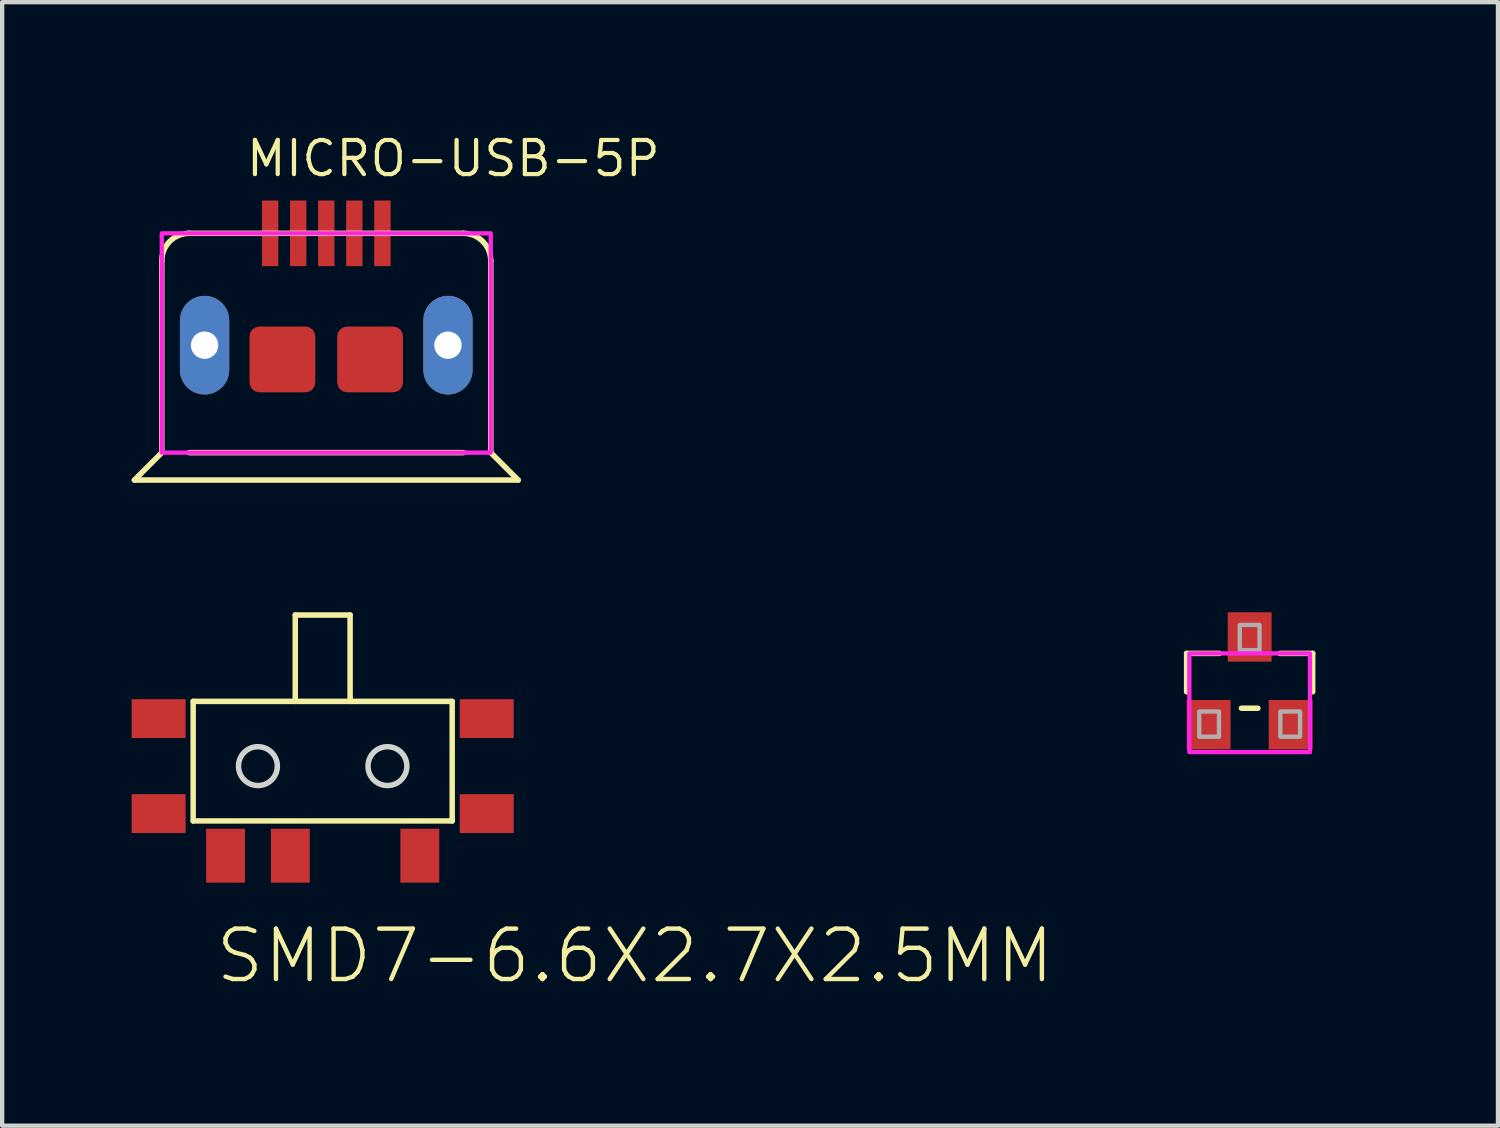
<source format=kicad_pcb>
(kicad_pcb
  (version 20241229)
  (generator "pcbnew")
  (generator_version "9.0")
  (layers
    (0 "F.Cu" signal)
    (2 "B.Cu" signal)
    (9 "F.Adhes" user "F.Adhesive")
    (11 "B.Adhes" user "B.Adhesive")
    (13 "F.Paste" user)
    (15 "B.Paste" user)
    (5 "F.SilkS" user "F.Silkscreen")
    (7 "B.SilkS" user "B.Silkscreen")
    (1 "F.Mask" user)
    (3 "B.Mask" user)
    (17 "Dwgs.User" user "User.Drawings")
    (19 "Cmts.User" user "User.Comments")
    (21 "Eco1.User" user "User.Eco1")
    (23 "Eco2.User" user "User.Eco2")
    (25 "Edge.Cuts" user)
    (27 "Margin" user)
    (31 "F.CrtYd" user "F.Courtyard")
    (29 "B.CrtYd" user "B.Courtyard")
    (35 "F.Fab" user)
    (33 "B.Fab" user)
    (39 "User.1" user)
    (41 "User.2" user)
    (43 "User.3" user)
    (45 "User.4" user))
  (footprint "MICRO-USB-5P"
    (layer "F.Cu")
    (at 4.508 2.355)
    (property "Reference" "MICRO-USB-5P" (at -1.905 -1.27 0) (layer "F.SilkS") (effects (font (size 0.791 0.791) (thickness 0.098)) (justify left bottom)))
    (fp_line (start -4.445 5.715) (end 4.445 5.715) (stroke (width 0.127) (type solid)) (layer "F.SilkS"))
    (fp_line (start -3.81 5.08) (end -4.445 5.715) (stroke (width 0.127) (type solid)) (layer "F.SilkS"))
    (fp_line (start -3.81 5.08) (end -3.81 0.635) (stroke (width 0.127) (type solid)) (layer "F.SilkS"))
    (fp_line (start -3.175 0) (end 3.175 0) (stroke (width 0.127) (type solid)) (layer "F.SilkS"))
    (fp_line (start -3.175 5.08) (end 3.175 5.08) (stroke (width 0.127) (type solid)) (layer "F.SilkS"))
    (fp_line (start 3.81 0.635) (end 3.81 5.08) (stroke (width 0.127) (type solid)) (layer "F.SilkS"))
    (fp_line (start 4.445 5.715) (end 3.81 5.08) (stroke (width 0.127) (type solid)) (layer "F.SilkS"))
    (fp_arc (start -3.81 0.635) (mid -3.624013 0.185987) (end -3.175 0) (stroke (width 0.127) (type solid)) (layer "F.SilkS"))
    (fp_arc (start 3.175 0) (mid 3.624013 0.185987) (end 3.81 0.635) (stroke (width 0.127) (type solid)) (layer "F.SilkS"))
    (fp_poly (pts (xy -3.81 5.08) (xy 3.81 5.08) (xy 3.81 0) (xy -3.81 0)) (stroke (width 0.1) (type solid)) (fill no) (layer "F.CrtYd"))
    (pad "1" smd rect (at -1.3 0 90) (size 1.52 0.38) (layers "F.Cu" "F.Mask" "F.Paste"))
    (pad "2" smd rect (at -0.65 0 90) (size 1.52 0.38) (layers "F.Cu" "F.Mask" "F.Paste"))
    (pad "3" smd rect (at 0 0 90) (size 1.52 0.38) (layers "F.Cu" "F.Mask" "F.Paste"))
    (pad "4" smd rect (at 0.65 0 90) (size 1.52 0.38) (layers "F.Cu" "F.Mask" "F.Paste"))
    (pad "5" smd rect (at 1.3 0 90) (size 1.52 0.38) (layers "F.Cu" "F.Mask" "F.Paste"))
    (pad "E1" smd roundrect (at -1.016 2.921) (size 1.524 1.524) (layers "F.Cu" "F.Mask" "F.Paste") (roundrect_rratio 0.15))
    (pad "E2" smd roundrect (at 1.016 2.921) (size 1.524 1.524) (layers "F.Cu" "F.Mask" "F.Paste") (roundrect_rratio 0.15))
    (pad "P1" thru_hole oval (at -2.819 2.591 90) (size 2.286 1.143) (drill 0.635) (layers "*.Cu" "*.Mask"))
    (pad "P2" thru_hole oval (at 2.819 2.591 90) (size 2.286 1.143) (drill 0.635) (layers "*.Cu" "*.Mask")))
  (footprint "SOT23@1"
    (layer "F.Cu")
    (at 25.898 12.721)
    (property "Reference" "SOT23@1" (at -1.27 0 0) (layer "F.Mask") (effects (font (size 0.572 0.572) (thickness 0.064)) (justify left bottom)))
    (fp_line (start -1.46 -0.635) (end -1.46 0.254) (stroke (width 0.127) (type solid)) (layer "F.SilkS"))
    (fp_line (start -0.699 -0.635) (end -1.46 -0.635) (stroke (width 0.127) (type solid)) (layer "F.SilkS"))
    (fp_line (start -0.191 0.635) (end 0.191 0.635) (stroke (width 0.127) (type solid)) (layer "F.SilkS"))
    (fp_line (start 1.46 -0.635) (end 0.699 -0.635) (stroke (width 0.127) (type solid)) (layer "F.SilkS"))
    (fp_line (start 1.46 0.254) (end 1.46 -0.635) (stroke (width 0.127) (type solid)) (layer "F.SilkS"))
    (fp_poly (pts (xy -1.397 1.651) (xy 1.397 1.651) (xy 1.397 -0.635) (xy -1.397 -0.635)) (stroke (width 0.1) (type solid)) (fill no) (layer "F.CrtYd"))
    (fp_poly (pts (xy -1.168 1.295) (xy -0.711 1.295) (xy -0.711 0.711) (xy -1.168 0.711)) (stroke (width 0.1) (type solid)) (fill no) (layer "F.Fab"))
    (fp_poly (pts (xy -0.229 -0.711) (xy 0.229 -0.711) (xy 0.229 -1.295) (xy -0.229 -1.295)) (stroke (width 0.1) (type solid)) (fill no) (layer "F.Fab"))
    (fp_poly (pts (xy 0.711 1.295) (xy 1.168 1.295) (xy 1.168 0.711) (xy 0.711 0.711)) (stroke (width 0.1) (type solid)) (fill no) (layer "F.Fab"))
    (pad "1" smd rect (at -0.95 1.016 180) (size 1.016 1.143) (layers "F.Cu" "F.Mask" "F.Paste"))
    (pad "2" smd rect (at 0.95 1.016) (size 1.016 1.143) (layers "F.Cu" "F.Mask" "F.Paste"))
    (pad "3" smd rect (at 0 -1.016) (size 1.016 1.143) (layers "F.Cu" "F.Mask" "F.Paste")))
  (footprint "SMD7-6.6X2.7X2.5MM"
    (layer "F.Cu")
    (at 4.425 14.697)
    (property "Reference" "SMD7-6.6X2.7X2.5MM" (at -2.54 5.08 0) (layer "F.SilkS") (effects (font (size 1.168 1.168) (thickness 0.102)) (justify left bottom)))
    (fp_line (start -3 -1.5) (end -0.635 -1.5) (stroke (width 0.127) (type solid)) (layer "F.SilkS"))
    (fp_line (start -3 1.27) (end -3 -1.5) (stroke (width 0.127) (type solid)) (layer "F.SilkS"))
    (fp_line (start -0.635 -3.5) (end 0.635 -3.5) (stroke (width 0.127) (type solid)) (layer "F.SilkS"))
    (fp_line (start -0.635 -1.5) (end -0.635 -3.5) (stroke (width 0.127) (type solid)) (layer "F.SilkS"))
    (fp_line (start -0.635 -1.5) (end 0.635 -1.5) (stroke (width 0.127) (type solid)) (layer "F.SilkS"))
    (fp_line (start 0.635 -3.5) (end 0.635 -1.5) (stroke (width 0.127) (type solid)) (layer "F.SilkS"))
    (fp_line (start 0.635 -1.5) (end 3 -1.5) (stroke (width 0.127) (type solid)) (layer "F.SilkS"))
    (fp_line (start 3 -1.5) (end 3 1.27) (stroke (width 0.127) (type solid)) (layer "F.SilkS"))
    (fp_line (start 3 1.27) (end -3 1.27) (stroke (width 0.127) (type solid)) (layer "F.SilkS"))
    (fp_circle (center -1.5 0) (end -1.05 0) (stroke (width 0.127) (type solid)) (fill no) (layer "Edge.Cuts"))
    (fp_circle (center 1.5 0) (end 1.95 0) (stroke (width 0.127) (type solid)) (fill no) (layer "Edge.Cuts"))
    (pad "1" smd rect (at 2.25 2.075 90) (size 1.25 0.9) (layers "F.Cu" "F.Mask" "F.Paste"))
    (pad "2" smd rect (at -0.75 2.075 90) (size 1.25 0.9) (layers "F.Cu" "F.Mask" "F.Paste"))
    (pad "3" smd rect (at -2.25 2.075 90) (size 1.25 0.9) (layers "F.Cu" "F.Mask" "F.Paste"))
    (pad "4" smd rect (at 3.8 1.1 180) (size 1.25 0.9) (layers "F.Cu" "F.Mask" "F.Paste"))
    (pad "5" smd rect (at 3.8 -1.1 180) (size 1.25 0.9) (layers "F.Cu" "F.Mask" "F.Paste"))
    (pad "6" smd rect (at -3.8 -1.1 180) (size 1.25 0.9) (layers "F.Cu" "F.Mask" "F.Paste"))
    (pad "7" smd rect (at -3.8 1.1 180) (size 1.25 0.9) (layers "F.Cu" "F.Mask" "F.Paste")))
  (gr_rect
    (start -3 -3)
    (end 31.65 23.027)
    (stroke (width 0.1) (type default))
    (fill no)
    (layer "Edge.Cuts")))
</source>
